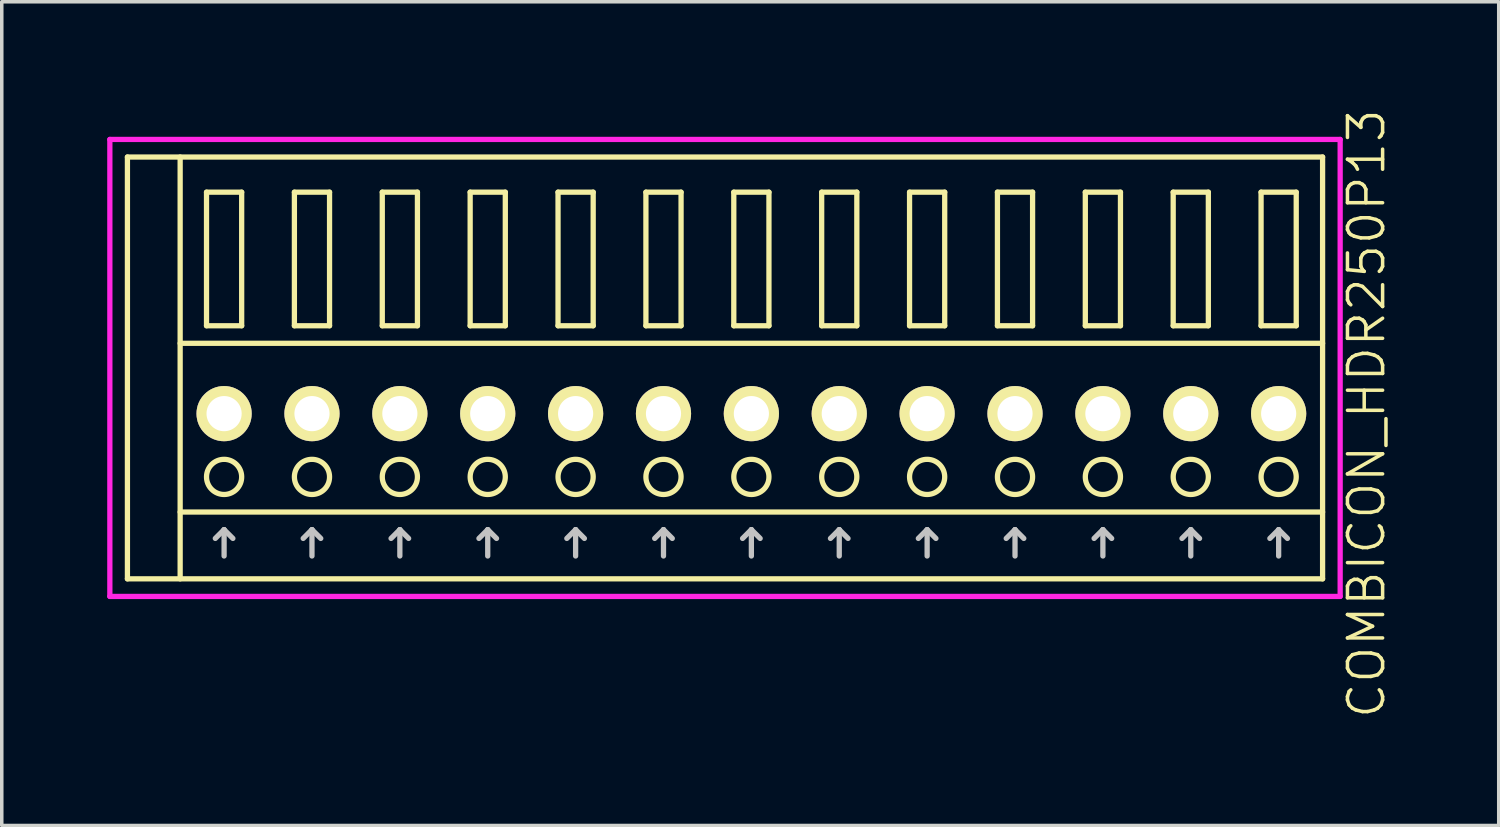
<source format=kicad_pcb>
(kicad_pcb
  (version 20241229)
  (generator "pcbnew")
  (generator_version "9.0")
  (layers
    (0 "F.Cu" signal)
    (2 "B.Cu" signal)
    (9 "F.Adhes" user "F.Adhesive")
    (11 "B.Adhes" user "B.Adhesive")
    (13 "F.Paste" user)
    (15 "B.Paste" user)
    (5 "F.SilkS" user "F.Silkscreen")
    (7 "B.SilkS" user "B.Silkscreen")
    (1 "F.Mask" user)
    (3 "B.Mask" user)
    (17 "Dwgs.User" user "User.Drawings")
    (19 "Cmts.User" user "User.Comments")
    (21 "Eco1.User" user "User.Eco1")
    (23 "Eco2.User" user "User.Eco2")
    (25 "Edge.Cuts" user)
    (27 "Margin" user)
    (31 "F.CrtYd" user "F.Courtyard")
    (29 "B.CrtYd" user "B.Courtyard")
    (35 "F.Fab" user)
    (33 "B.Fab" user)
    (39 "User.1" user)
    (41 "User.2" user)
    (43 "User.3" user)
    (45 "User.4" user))
  (footprint "COMBICON_HDR250P13"
    (layer "F.Cu")
    (at 18.325 8.717)
    (property "Reference" "COMBICON_HDR250P13" (at 17.5 0 90) (layer "F.SilkS") (effects (font (size 1 1) (thickness 0.1))))
    (attr through_hole)
    (fp_line (start -17.75 -7.3) (end -17.75 4.7) (stroke (width 0.15) (type solid)) (layer "F.SilkS"))
    (fp_line (start -17.75 4.7) (end 16.25 4.7) (stroke (width 0.15) (type solid)) (layer "F.SilkS"))
    (fp_line (start -16.25 -2) (end 16.25 -2) (stroke (width 0.15) (type solid)) (layer "F.SilkS"))
    (fp_line (start -16.25 2.8) (end 16.25 2.8) (stroke (width 0.15) (type solid)) (layer "F.SilkS"))
    (fp_line (start -16.25 4.7) (end -16.25 -7.3) (stroke (width 0.15) (type solid)) (layer "F.SilkS"))
    (fp_line (start -15.5 -6.3) (end -15.5 -2.5) (stroke (width 0.15) (type solid)) (layer "F.SilkS"))
    (fp_line (start -15.5 -2.5) (end -14.5 -2.5) (stroke (width 0.15) (type solid)) (layer "F.SilkS"))
    (fp_line (start -14.5 -6.3) (end -15.5 -6.3) (stroke (width 0.15) (type solid)) (layer "F.SilkS"))
    (fp_line (start -14.5 -2.5) (end -14.5 -6.3) (stroke (width 0.15) (type solid)) (layer "F.SilkS"))
    (fp_line (start -13 -6.3) (end -13 -2.5) (stroke (width 0.15) (type solid)) (layer "F.SilkS"))
    (fp_line (start -13 -2.5) (end -12 -2.5) (stroke (width 0.15) (type solid)) (layer "F.SilkS"))
    (fp_line (start -12 -6.3) (end -13 -6.3) (stroke (width 0.15) (type solid)) (layer "F.SilkS"))
    (fp_line (start -12 -2.5) (end -12 -6.3) (stroke (width 0.15) (type solid)) (layer "F.SilkS"))
    (fp_line (start -10.5 -6.3) (end -10.5 -2.5) (stroke (width 0.15) (type solid)) (layer "F.SilkS"))
    (fp_line (start -10.5 -2.5) (end -9.5 -2.5) (stroke (width 0.15) (type solid)) (layer "F.SilkS"))
    (fp_line (start -9.5 -6.3) (end -10.5 -6.3) (stroke (width 0.15) (type solid)) (layer "F.SilkS"))
    (fp_line (start -9.5 -2.5) (end -9.5 -6.3) (stroke (width 0.15) (type solid)) (layer "F.SilkS"))
    (fp_line (start -8 -6.3) (end -8 -2.5) (stroke (width 0.15) (type solid)) (layer "F.SilkS"))
    (fp_line (start -8 -2.5) (end -7 -2.5) (stroke (width 0.15) (type solid)) (layer "F.SilkS"))
    (fp_line (start -7 -6.3) (end -8 -6.3) (stroke (width 0.15) (type solid)) (layer "F.SilkS"))
    (fp_line (start -7 -2.5) (end -7 -6.3) (stroke (width 0.15) (type solid)) (layer "F.SilkS"))
    (fp_line (start -5.5 -6.3) (end -5.5 -2.5) (stroke (width 0.15) (type solid)) (layer "F.SilkS"))
    (fp_line (start -5.5 -2.5) (end -4.5 -2.5) (stroke (width 0.15) (type solid)) (layer "F.SilkS"))
    (fp_line (start -4.5 -6.3) (end -5.5 -6.3) (stroke (width 0.15) (type solid)) (layer "F.SilkS"))
    (fp_line (start -4.5 -2.5) (end -4.5 -6.3) (stroke (width 0.15) (type solid)) (layer "F.SilkS"))
    (fp_line (start -3 -6.3) (end -3 -2.5) (stroke (width 0.15) (type solid)) (layer "F.SilkS"))
    (fp_line (start -3 -2.5) (end -2 -2.5) (stroke (width 0.15) (type solid)) (layer "F.SilkS"))
    (fp_line (start -2 -6.3) (end -3 -6.3) (stroke (width 0.15) (type solid)) (layer "F.SilkS"))
    (fp_line (start -2 -2.5) (end -2 -6.3) (stroke (width 0.15) (type solid)) (layer "F.SilkS"))
    (fp_line (start -0.5 -6.3) (end -0.5 -2.5) (stroke (width 0.15) (type solid)) (layer "F.SilkS"))
    (fp_line (start -0.5 -2.5) (end 0.5 -2.5) (stroke (width 0.15) (type solid)) (layer "F.SilkS"))
    (fp_line (start 0.5 -6.3) (end -0.5 -6.3) (stroke (width 0.15) (type solid)) (layer "F.SilkS"))
    (fp_line (start 0.5 -2.5) (end 0.5 -6.3) (stroke (width 0.15) (type solid)) (layer "F.SilkS"))
    (fp_line (start 2 -6.3) (end 2 -2.5) (stroke (width 0.15) (type solid)) (layer "F.SilkS"))
    (fp_line (start 2 -2.5) (end 3 -2.5) (stroke (width 0.15) (type solid)) (layer "F.SilkS"))
    (fp_line (start 3 -6.3) (end 2 -6.3) (stroke (width 0.15) (type solid)) (layer "F.SilkS"))
    (fp_line (start 3 -2.5) (end 3 -6.3) (stroke (width 0.15) (type solid)) (layer "F.SilkS"))
    (fp_line (start 4.5 -6.3) (end 4.5 -2.5) (stroke (width 0.15) (type solid)) (layer "F.SilkS"))
    (fp_line (start 4.5 -2.5) (end 5.5 -2.5) (stroke (width 0.15) (type solid)) (layer "F.SilkS"))
    (fp_line (start 5.5 -6.3) (end 4.5 -6.3) (stroke (width 0.15) (type solid)) (layer "F.SilkS"))
    (fp_line (start 5.5 -2.5) (end 5.5 -6.3) (stroke (width 0.15) (type solid)) (layer "F.SilkS"))
    (fp_line (start 7 -6.3) (end 7 -2.5) (stroke (width 0.15) (type solid)) (layer "F.SilkS"))
    (fp_line (start 7 -2.5) (end 8 -2.5) (stroke (width 0.15) (type solid)) (layer "F.SilkS"))
    (fp_line (start 8 -6.3) (end 7 -6.3) (stroke (width 0.15) (type solid)) (layer "F.SilkS"))
    (fp_line (start 8 -2.5) (end 8 -6.3) (stroke (width 0.15) (type solid)) (layer "F.SilkS"))
    (fp_line (start 9.5 -6.3) (end 9.5 -2.5) (stroke (width 0.15) (type solid)) (layer "F.SilkS"))
    (fp_line (start 9.5 -2.5) (end 10.5 -2.5) (stroke (width 0.15) (type solid)) (layer "F.SilkS"))
    (fp_line (start 10.5 -6.3) (end 9.5 -6.3) (stroke (width 0.15) (type solid)) (layer "F.SilkS"))
    (fp_line (start 10.5 -2.5) (end 10.5 -6.3) (stroke (width 0.15) (type solid)) (layer "F.SilkS"))
    (fp_line (start 12 -6.3) (end 12 -2.5) (stroke (width 0.15) (type solid)) (layer "F.SilkS"))
    (fp_line (start 12 -2.5) (end 13 -2.5) (stroke (width 0.15) (type solid)) (layer "F.SilkS"))
    (fp_line (start 13 -6.3) (end 12 -6.3) (stroke (width 0.15) (type solid)) (layer "F.SilkS"))
    (fp_line (start 13 -2.5) (end 13 -6.3) (stroke (width 0.15) (type solid)) (layer "F.SilkS"))
    (fp_line (start 14.5 -6.3) (end 14.5 -2.5) (stroke (width 0.15) (type solid)) (layer "F.SilkS"))
    (fp_line (start 14.5 -2.5) (end 15.5 -2.5) (stroke (width 0.15) (type solid)) (layer "F.SilkS"))
    (fp_line (start 15.5 -6.3) (end 14.5 -6.3) (stroke (width 0.15) (type solid)) (layer "F.SilkS"))
    (fp_line (start 15.5 -2.5) (end 15.5 -6.3) (stroke (width 0.15) (type solid)) (layer "F.SilkS"))
    (fp_line (start 16.25 -7.3) (end -17.75 -7.3) (stroke (width 0.15) (type solid)) (layer "F.SilkS"))
    (fp_line (start 16.25 4.7) (end 16.25 -7.3) (stroke (width 0.15) (type solid)) (layer "F.SilkS"))
    (fp_circle (center -15 1.8) (end -14.5 1.8) (stroke (width 0.15) (type solid)) (fill no) (layer "F.SilkS"))
    (fp_circle (center -12.5 1.8) (end -12 1.8) (stroke (width 0.15) (type solid)) (fill no) (layer "F.SilkS"))
    (fp_circle (center -10 1.8) (end -9.5 1.8) (stroke (width 0.15) (type solid)) (fill no) (layer "F.SilkS"))
    (fp_circle (center -7.5 1.8) (end -7 1.8) (stroke (width 0.15) (type solid)) (fill no) (layer "F.SilkS"))
    (fp_circle (center -5 1.8) (end -4.5 1.8) (stroke (width 0.15) (type solid)) (fill no) (layer "F.SilkS"))
    (fp_circle (center -2.5 1.8) (end -2 1.8) (stroke (width 0.15) (type solid)) (fill no) (layer "F.SilkS"))
    (fp_circle (center 0 1.8) (end 0.5 1.8) (stroke (width 0.15) (type solid)) (fill no) (layer "F.SilkS"))
    (fp_circle (center 2.5 1.8) (end 3 1.8) (stroke (width 0.15) (type solid)) (fill no) (layer "F.SilkS"))
    (fp_circle (center 5 1.8) (end 5.5 1.8) (stroke (width 0.15) (type solid)) (fill no) (layer "F.SilkS"))
    (fp_circle (center 7.5 1.8) (end 8 1.8) (stroke (width 0.15) (type solid)) (fill no) (layer "F.SilkS"))
    (fp_circle (center 10 1.8) (end 10.5 1.8) (stroke (width 0.15) (type solid)) (fill no) (layer "F.SilkS"))
    (fp_circle (center 12.5 1.8) (end 13 1.8) (stroke (width 0.15) (type solid)) (fill no) (layer "F.SilkS"))
    (fp_circle (center 15 1.8) (end 15.5 1.8) (stroke (width 0.15) (type solid)) (fill no) (layer "F.SilkS"))
    (fp_line (start -15.25 3.55) (end -15 3.3) (stroke (width 0.15) (type solid)) (layer "Dwgs.User"))
    (fp_line (start -15 4.05) (end -15 3.3) (stroke (width 0.15) (type solid)) (layer "Dwgs.User"))
    (fp_line (start -14.75 3.55) (end -15 3.3) (stroke (width 0.15) (type solid)) (layer "Dwgs.User"))
    (fp_line (start -12.75 3.55) (end -12.5 3.3) (stroke (width 0.15) (type solid)) (layer "Dwgs.User"))
    (fp_line (start -12.5 4.05) (end -12.5 3.3) (stroke (width 0.15) (type solid)) (layer "Dwgs.User"))
    (fp_line (start -12.25 3.55) (end -12.5 3.3) (stroke (width 0.15) (type solid)) (layer "Dwgs.User"))
    (fp_line (start -10.25 3.55) (end -10 3.3) (stroke (width 0.15) (type solid)) (layer "Dwgs.User"))
    (fp_line (start -10 4.05) (end -10 3.3) (stroke (width 0.15) (type solid)) (layer "Dwgs.User"))
    (fp_line (start -9.75 3.55) (end -10 3.3) (stroke (width 0.15) (type solid)) (layer "Dwgs.User"))
    (fp_line (start -7.75 3.55) (end -7.5 3.3) (stroke (width 0.15) (type solid)) (layer "Dwgs.User"))
    (fp_line (start -7.5 4.05) (end -7.5 3.3) (stroke (width 0.15) (type solid)) (layer "Dwgs.User"))
    (fp_line (start -7.25 3.55) (end -7.5 3.3) (stroke (width 0.15) (type solid)) (layer "Dwgs.User"))
    (fp_line (start -5.25 3.55) (end -5 3.3) (stroke (width 0.15) (type solid)) (layer "Dwgs.User"))
    (fp_line (start -5 4.05) (end -5 3.3) (stroke (width 0.15) (type solid)) (layer "Dwgs.User"))
    (fp_line (start -4.75 3.55) (end -5 3.3) (stroke (width 0.15) (type solid)) (layer "Dwgs.User"))
    (fp_line (start -2.75 3.55) (end -2.5 3.3) (stroke (width 0.15) (type solid)) (layer "Dwgs.User"))
    (fp_line (start -2.5 4.05) (end -2.5 3.3) (stroke (width 0.15) (type solid)) (layer "Dwgs.User"))
    (fp_line (start -2.25 3.55) (end -2.5 3.3) (stroke (width 0.15) (type solid)) (layer "Dwgs.User"))
    (fp_line (start -0.25 3.55) (end 0 3.3) (stroke (width 0.15) (type solid)) (layer "Dwgs.User"))
    (fp_line (start 0 4.05) (end 0 3.3) (stroke (width 0.15) (type solid)) (layer "Dwgs.User"))
    (fp_line (start 0.25 3.55) (end 0 3.3) (stroke (width 0.15) (type solid)) (layer "Dwgs.User"))
    (fp_line (start 2.25 3.55) (end 2.5 3.3) (stroke (width 0.15) (type solid)) (layer "Dwgs.User"))
    (fp_line (start 2.5 4.05) (end 2.5 3.3) (stroke (width 0.15) (type solid)) (layer "Dwgs.User"))
    (fp_line (start 2.75 3.55) (end 2.5 3.3) (stroke (width 0.15) (type solid)) (layer "Dwgs.User"))
    (fp_line (start 4.75 3.55) (end 5 3.3) (stroke (width 0.15) (type solid)) (layer "Dwgs.User"))
    (fp_line (start 5 4.05) (end 5 3.3) (stroke (width 0.15) (type solid)) (layer "Dwgs.User"))
    (fp_line (start 5.25 3.55) (end 5 3.3) (stroke (width 0.15) (type solid)) (layer "Dwgs.User"))
    (fp_line (start 7.25 3.55) (end 7.5 3.3) (stroke (width 0.15) (type solid)) (layer "Dwgs.User"))
    (fp_line (start 7.5 4.05) (end 7.5 3.3) (stroke (width 0.15) (type solid)) (layer "Dwgs.User"))
    (fp_line (start 7.75 3.55) (end 7.5 3.3) (stroke (width 0.15) (type solid)) (layer "Dwgs.User"))
    (fp_line (start 9.75 3.55) (end 10 3.3) (stroke (width 0.15) (type solid)) (layer "Dwgs.User"))
    (fp_line (start 10 4.05) (end 10 3.3) (stroke (width 0.15) (type solid)) (layer "Dwgs.User"))
    (fp_line (start 10.25 3.55) (end 10 3.3) (stroke (width 0.15) (type solid)) (layer "Dwgs.User"))
    (fp_line (start 12.25 3.55) (end 12.5 3.3) (stroke (width 0.15) (type solid)) (layer "Dwgs.User"))
    (fp_line (start 12.5 4.05) (end 12.5 3.3) (stroke (width 0.15) (type solid)) (layer "Dwgs.User"))
    (fp_line (start 12.75 3.55) (end 12.5 3.3) (stroke (width 0.15) (type solid)) (layer "Dwgs.User"))
    (fp_line (start 14.75 3.55) (end 15 3.3) (stroke (width 0.15) (type solid)) (layer "Dwgs.User"))
    (fp_line (start 15 4.05) (end 15 3.3) (stroke (width 0.15) (type solid)) (layer "Dwgs.User"))
    (fp_line (start 15.25 3.55) (end 15 3.3) (stroke (width 0.15) (type solid)) (layer "Dwgs.User"))
    (fp_line (start -18.25 -7.8) (end -18.25 5.2) (stroke (width 0.15) (type solid)) (layer "F.CrtYd"))
    (fp_line (start -18.25 5.2) (end 16.75 5.2) (stroke (width 0.15) (type solid)) (layer "F.CrtYd"))
    (fp_line (start 16.75 -7.8) (end -18.25 -7.8) (stroke (width 0.15) (type solid)) (layer "F.CrtYd"))
    (fp_line (start 16.75 5.2) (end 16.75 -7.8) (stroke (width 0.15) (type solid)) (layer "F.CrtYd"))
    (pad "1" thru_hole oval (at -15 0) (size 1.57 1.57) (drill 1) (layers "*.Cu" "*.Mask" "F.SilkS"))
    (pad "2" thru_hole oval (at -12.5 0) (size 1.57 1.57) (drill 1) (layers "*.Cu" "*.Mask" "F.SilkS"))
    (pad "3" thru_hole oval (at -10 0) (size 1.57 1.57) (drill 1) (layers "*.Cu" "*.Mask" "F.SilkS"))
    (pad "4" thru_hole oval (at -7.5 0) (size 1.57 1.57) (drill 1) (layers "*.Cu" "*.Mask" "F.SilkS"))
    (pad "5" thru_hole oval (at -5 0) (size 1.57 1.57) (drill 1) (layers "*.Cu" "*.Mask" "F.SilkS"))
    (pad "6" thru_hole oval (at -2.5 0) (size 1.57 1.57) (drill 1) (layers "*.Cu" "*.Mask" "F.SilkS"))
    (pad "7" thru_hole oval (at 0 0) (size 1.57 1.57) (drill 1) (layers "*.Cu" "*.Mask" "F.SilkS"))
    (pad "8" thru_hole oval (at 2.5 0) (size 1.57 1.57) (drill 1) (layers "*.Cu" "*.Mask" "F.SilkS"))
    (pad "9" thru_hole oval (at 5 0) (size 1.57 1.57) (drill 1) (layers "*.Cu" "*.Mask" "F.SilkS"))
    (pad "10" thru_hole oval (at 7.5 0) (size 1.57 1.57) (drill 1) (layers "*.Cu" "*.Mask" "F.SilkS"))
    (pad "11" thru_hole oval (at 10 0) (size 1.57 1.57) (drill 1) (layers "*.Cu" "*.Mask" "F.SilkS"))
    (pad "12" thru_hole oval (at 12.5 0) (size 1.57 1.57) (drill 1) (layers "*.Cu" "*.Mask" "F.SilkS"))
    (pad "13" thru_hole oval (at 15 0) (size 1.57 1.57) (drill 1) (layers "*.Cu" "*.Mask" "F.SilkS")))
  (gr_rect
    (start -3 -3)
    (end 39.586 20.433)
    (stroke (width 0.1) (type default))
    (fill no)
    (layer "Edge.Cuts")))
</source>
